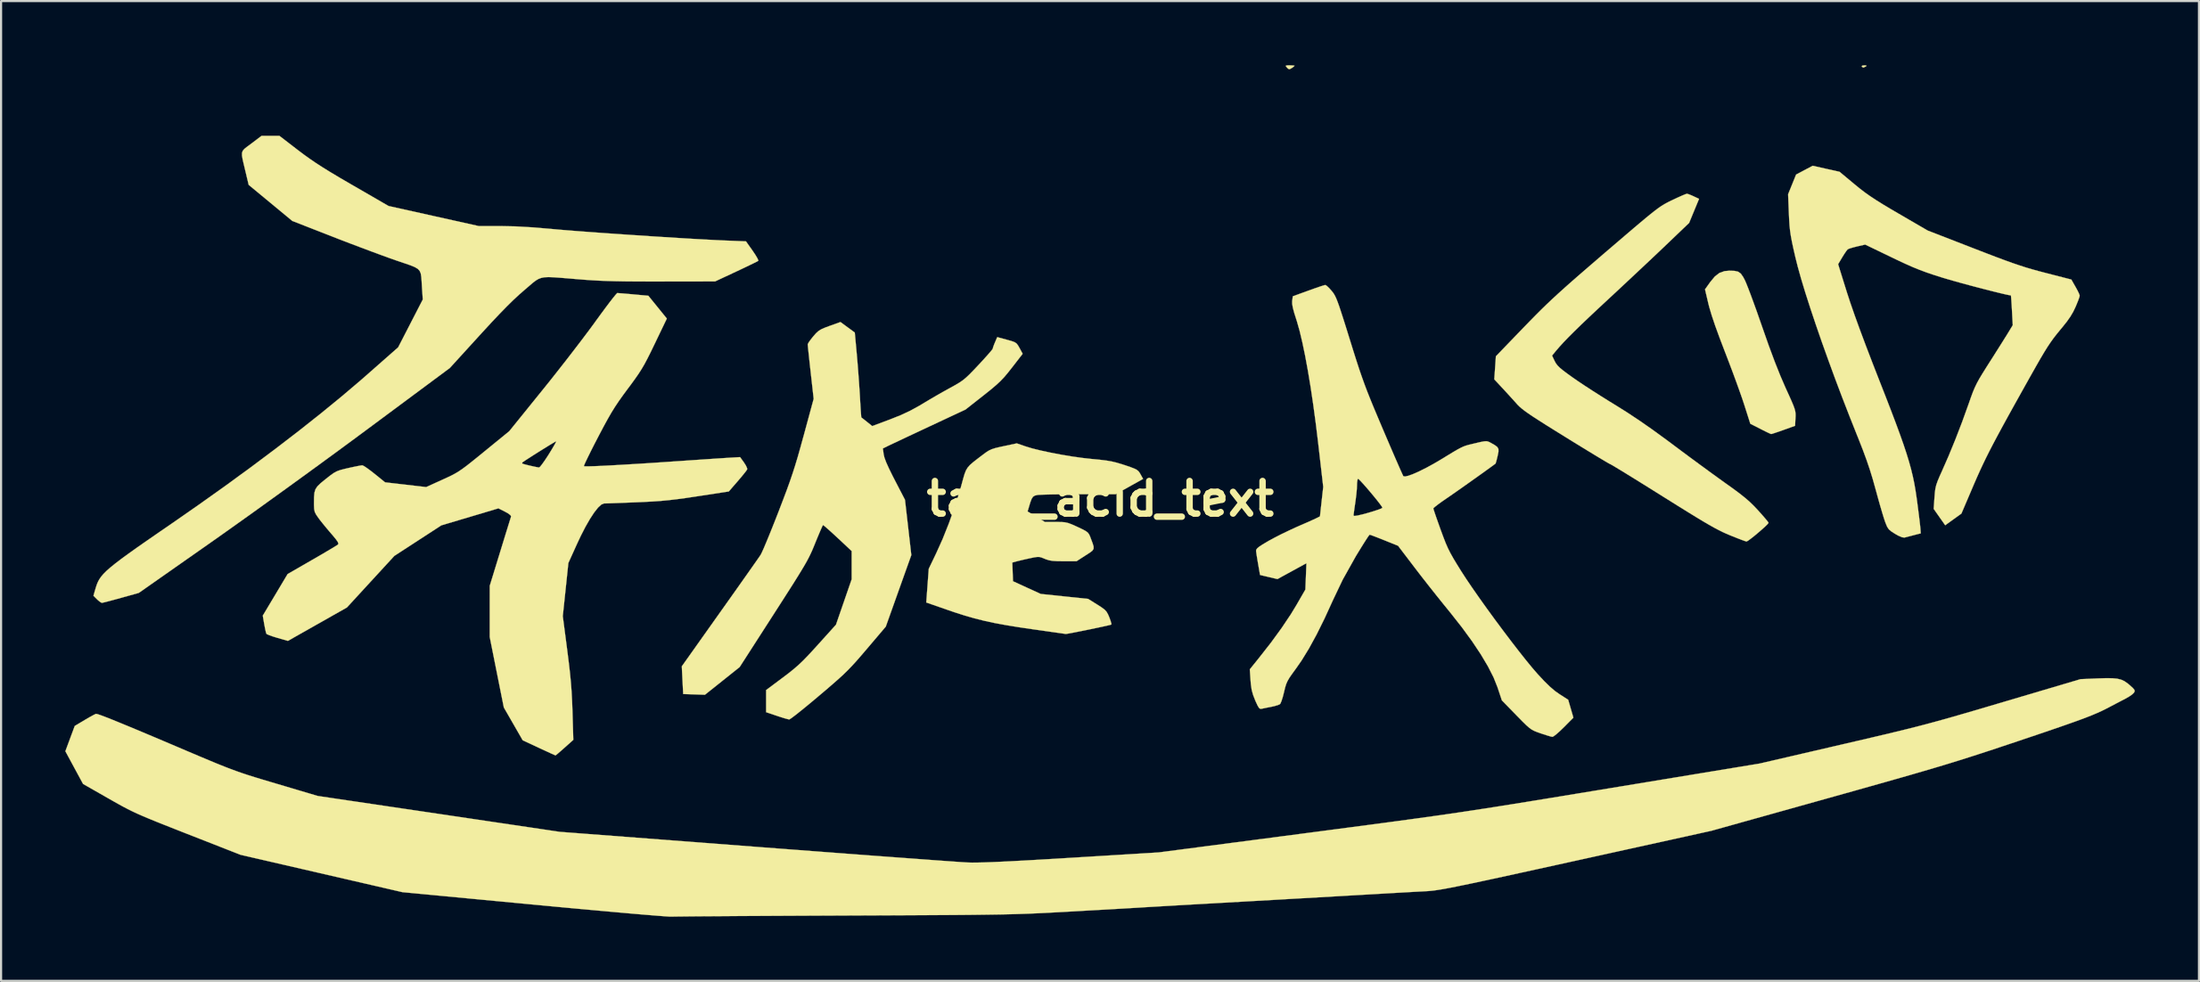
<source format=kicad_pcb>
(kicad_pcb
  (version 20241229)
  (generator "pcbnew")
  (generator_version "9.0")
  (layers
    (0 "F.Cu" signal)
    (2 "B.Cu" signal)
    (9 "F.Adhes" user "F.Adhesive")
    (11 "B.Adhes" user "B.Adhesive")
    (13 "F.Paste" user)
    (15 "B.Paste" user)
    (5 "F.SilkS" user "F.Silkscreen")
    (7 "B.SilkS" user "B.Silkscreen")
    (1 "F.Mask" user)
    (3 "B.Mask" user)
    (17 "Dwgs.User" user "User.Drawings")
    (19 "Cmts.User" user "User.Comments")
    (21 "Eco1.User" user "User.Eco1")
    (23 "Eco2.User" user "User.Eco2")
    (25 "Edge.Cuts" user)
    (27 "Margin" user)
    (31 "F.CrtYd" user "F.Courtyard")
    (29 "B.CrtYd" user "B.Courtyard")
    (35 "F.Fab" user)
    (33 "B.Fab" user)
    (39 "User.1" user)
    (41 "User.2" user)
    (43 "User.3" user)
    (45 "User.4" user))
  (footprint "take_acid_text"
    (layer "F.Cu")
    (at 48.373 20.271)
    (property "Reference" "take_acid_text" (at 0 0 0) (layer "F.SilkS") (effects (font (size 1.524 1.524) (thickness 0.3))))
    (attr through_hole)
    (fp_poly (pts (xy 35.802 -20.257) (xy 35.8 -20.23) (xy 35.776 -20.212) (xy 35.668 -20.162) (xy 35.6 -20.193) (xy 35.587 -20.212) (xy 35.607 -20.251) (xy 35.705 -20.265) (xy 35.802 -20.257)) (stroke (width 0.01) (type solid)) (fill yes) (layer "F.SilkS"))
    (fp_poly (pts (xy 8.993 -20.261) (xy 9.072 -20.25) (xy 9.079 -20.245) (xy 9.039 -20.204) (xy 8.95 -20.14) (xy 8.85 -20.086) (xy 8.782 -20.104) (xy 8.725 -20.161) (xy 8.672 -20.227) (xy 8.683 -20.257) (xy 8.778 -20.266) (xy 8.855 -20.266) (xy 8.993 -20.261)) (stroke (width 0.01) (type solid)) (fill yes) (layer "F.SilkS"))
    (fp_poly (pts (xy 29.644 -10.657) (xy 29.813 -10.617) (xy 29.937 -10.528) (xy 30.046 -10.371) (xy 30.123 -10.226) (xy 30.183 -10.089) (xy 30.273 -9.864) (xy 30.387 -9.566) (xy 30.518 -9.21) (xy 30.663 -8.81) (xy 30.814 -8.38) (xy 30.938 -8.025) (xy 31.242 -7.16) (xy 31.525 -6.399) (xy 31.789 -5.737) (xy 32.033 -5.174) (xy 32.039 -5.161) (xy 32.196 -4.817) (xy 32.313 -4.555) (xy 32.396 -4.357) (xy 32.45 -4.206) (xy 32.481 -4.086) (xy 32.494 -3.98) (xy 32.495 -3.871) (xy 32.49 -3.774) (xy 32.471 -3.414) (xy 31.931 -3.22) (xy 31.706 -3.141) (xy 31.519 -3.078) (xy 31.394 -3.038) (xy 31.354 -3.029) (xy 31.293 -3.053) (xy 31.159 -3.116) (xy 30.974 -3.207) (xy 30.849 -3.271) (xy 30.38 -3.51) (xy 30.1 -4.39) (xy 30.006 -4.673) (xy 29.88 -5.033) (xy 29.73 -5.45) (xy 29.565 -5.899) (xy 29.392 -6.358) (xy 29.221 -6.805) (xy 29.198 -6.863) (xy 28.943 -7.532) (xy 28.734 -8.106) (xy 28.573 -8.586) (xy 28.458 -8.974) (xy 28.42 -9.126) (xy 28.263 -9.793) (xy 28.51 -10.139) (xy 28.724 -10.397) (xy 28.939 -10.562) (xy 29.177 -10.646) (xy 29.399 -10.665) (xy 29.644 -10.657)) (stroke (width 0.01) (type solid)) (fill yes) (layer "F.SilkS"))
    (fp_poly (pts (xy -3.505 -2.455) (xy -3.186 -2.358) (xy -2.783 -2.258) (xy -2.323 -2.159) (xy -1.829 -2.065) (xy -1.325 -1.981) (xy -0.838 -1.912) (xy -0.391 -1.862) (xy -0.373 -1.861) (xy -0.004 -1.825) (xy 0.288 -1.789) (xy 0.532 -1.747) (xy 0.76 -1.692) (xy 1.003 -1.62) (xy 1.141 -1.575) (xy 1.403 -1.486) (xy 1.583 -1.417) (xy 1.702 -1.358) (xy 1.781 -1.295) (xy 1.84 -1.217) (xy 1.878 -1.151) (xy 2.001 -0.932) (xy 1.359 -0.574) (xy 0.717 -0.216) (xy -1.006 -0.216) (xy -1.437 -0.214) (xy -1.842 -0.211) (xy -2.205 -0.207) (xy -2.512 -0.2) (xy -2.748 -0.193) (xy -2.897 -0.185) (xy -2.934 -0.181) (xy -3.057 -0.152) (xy -3.143 -0.099) (xy -3.209 0.001) (xy -3.272 0.17) (xy -3.314 0.309) (xy -3.398 0.591) (xy -2.994 0.836) (xy -2.59 1.081) (xy -2.078 1.081) (xy -1.84 1.083) (xy -1.662 1.096) (xy -1.509 1.129) (xy -1.342 1.19) (xy -1.125 1.287) (xy -1.059 1.317) (xy -0.832 1.425) (xy -0.681 1.506) (xy -0.585 1.578) (xy -0.524 1.659) (xy -0.474 1.768) (xy -0.446 1.844) (xy -0.359 2.076) (xy -0.312 2.232) (xy -0.314 2.34) (xy -0.371 2.426) (xy -0.493 2.518) (xy -0.687 2.643) (xy -1.108 2.916) (xy -1.719 2.917) (xy -2.012 2.914) (xy -2.226 2.901) (xy -2.39 2.874) (xy -2.534 2.829) (xy -2.599 2.803) (xy -2.736 2.747) (xy -2.843 2.718) (xy -2.955 2.717) (xy -3.107 2.74) (xy -3.301 2.781) (xy -3.533 2.832) (xy -3.748 2.883) (xy -3.906 2.922) (xy -3.923 2.927) (xy -4.112 2.979) (xy -4.08 3.853) (xy -3.432 4.15) (xy -2.783 4.447) (xy -1.675 4.563) (xy -0.567 4.679) (xy -0.138 4.947) (xy 0.068 5.08) (xy 0.204 5.183) (xy 0.295 5.283) (xy 0.363 5.404) (xy 0.418 5.532) (xy 0.48 5.701) (xy 0.516 5.826) (xy 0.518 5.877) (xy 0.46 5.895) (xy 0.316 5.929) (xy 0.105 5.976) (xy -0.153 6.031) (xy -0.438 6.091) (xy -0.731 6.151) (xy -1.011 6.207) (xy -1.26 6.256) (xy -1.457 6.293) (xy -1.583 6.314) (xy -1.618 6.317) (xy -1.677 6.308) (xy -1.83 6.286) (xy -2.061 6.253) (xy -2.358 6.211) (xy -2.706 6.161) (xy -3.091 6.107) (xy -3.134 6.101) (xy -3.815 6.001) (xy -4.409 5.904) (xy -4.936 5.807) (xy -5.418 5.703) (xy -5.875 5.588) (xy -6.327 5.459) (xy -6.796 5.309) (xy -7.107 5.203) (xy -8.133 4.846) (xy -8.075 4.058) (xy -8.016 3.27) (xy -7.666 2.54) (xy -7.369 1.881) (xy -7.079 1.154) (xy -6.809 0.399) (xy -6.573 -0.345) (xy -6.487 -0.649) (xy -6.408 -0.941) (xy -6.344 -1.159) (xy -6.28 -1.324) (xy -6.201 -1.457) (xy -6.094 -1.579) (xy -5.943 -1.712) (xy -5.734 -1.875) (xy -5.53 -2.031) (xy -5.355 -2.162) (xy -5.212 -2.254) (xy -5.07 -2.32) (xy -4.898 -2.375) (xy -4.665 -2.43) (xy -4.522 -2.46) (xy -3.903 -2.592) (xy -3.505 -2.455)) (stroke (width 0.01) (type solid)) (fill yes) (layer "F.SilkS"))
    (fp_poly (pts (xy 27.501 -14.24) (xy 27.64 -14.184) (xy 27.733 -14.142) (xy 27.984 -14.024) (xy 27.752 -13.462) (xy 27.52 -12.9) (xy 26.447 -11.874) (xy 26.144 -11.585) (xy 25.78 -11.241) (xy 25.374 -10.859) (xy 24.944 -10.456) (xy 24.51 -10.049) (xy 24.09 -9.657) (xy 23.833 -9.419) (xy 23.31 -8.932) (xy 22.86 -8.51) (xy 22.477 -8.145) (xy 22.154 -7.83) (xy 21.883 -7.559) (xy 21.656 -7.324) (xy 21.468 -7.118) (xy 21.31 -6.934) (xy 21.305 -6.929) (xy 21.114 -6.697) (xy 21.234 -6.442) (xy 21.292 -6.336) (xy 21.369 -6.235) (xy 21.479 -6.125) (xy 21.638 -5.994) (xy 21.861 -5.827) (xy 22.067 -5.679) (xy 22.32 -5.504) (xy 22.643 -5.288) (xy 23.012 -5.048) (xy 23.403 -4.799) (xy 23.793 -4.555) (xy 24.008 -4.424) (xy 24.595 -4.057) (xy 25.186 -3.666) (xy 25.802 -3.237) (xy 26.465 -2.754) (xy 26.737 -2.551) (xy 27.148 -2.244) (xy 27.583 -1.921) (xy 28.022 -1.598) (xy 28.444 -1.289) (xy 28.829 -1.01) (xy 29.154 -0.776) (xy 29.244 -0.712) (xy 29.611 -0.449) (xy 29.906 -0.229) (xy 30.147 -0.036) (xy 30.353 0.144) (xy 30.543 0.329) (xy 30.735 0.532) (xy 30.744 0.542) (xy 30.924 0.743) (xy 31.074 0.916) (xy 31.181 1.046) (xy 31.23 1.116) (xy 31.232 1.122) (xy 31.19 1.18) (xy 31.083 1.286) (xy 30.93 1.425) (xy 30.754 1.578) (xy 30.573 1.729) (xy 30.407 1.86) (xy 30.279 1.954) (xy 30.206 1.994) (xy 30.202 1.995) (xy 30.127 1.973) (xy 29.974 1.918) (xy 29.761 1.836) (xy 29.509 1.736) (xy 29.426 1.702) (xy 29.254 1.629) (xy 29.08 1.55) (xy 28.896 1.458) (xy 28.69 1.349) (xy 28.454 1.216) (xy 28.179 1.055) (xy 27.853 0.859) (xy 27.469 0.623) (xy 27.016 0.342) (xy 26.484 0.009) (xy 26.304 -0.103) (xy 25.842 -0.393) (xy 25.406 -0.665) (xy 25.007 -0.913) (xy 24.652 -1.132) (xy 24.349 -1.318) (xy 24.109 -1.463) (xy 23.939 -1.565) (xy 23.849 -1.616) (xy 23.836 -1.621) (xy 23.781 -1.649) (xy 23.644 -1.728) (xy 23.435 -1.852) (xy 23.162 -2.016) (xy 22.836 -2.214) (xy 22.465 -2.441) (xy 22.061 -2.689) (xy 21.77 -2.869) (xy 21.266 -3.182) (xy 20.846 -3.444) (xy 20.501 -3.664) (xy 20.221 -3.845) (xy 19.999 -3.995) (xy 19.825 -4.12) (xy 19.689 -4.226) (xy 19.584 -4.318) (xy 19.5 -4.402) (xy 19.482 -4.422) (xy 19.324 -4.599) (xy 19.124 -4.819) (xy 18.915 -5.047) (xy 18.813 -5.157) (xy 18.414 -5.586) (xy 18.452 -6.126) (xy 18.489 -6.665) (xy 19.796 -8.021) (xy 20.088 -8.321) (xy 20.356 -8.594) (xy 20.611 -8.849) (xy 20.864 -9.095) (xy 21.125 -9.342) (xy 21.404 -9.599) (xy 21.711 -9.876) (xy 22.056 -10.182) (xy 22.451 -10.526) (xy 22.904 -10.918) (xy 23.426 -11.368) (xy 23.603 -11.52) (xy 24.119 -11.961) (xy 24.56 -12.339) (xy 24.934 -12.658) (xy 25.249 -12.924) (xy 25.512 -13.144) (xy 25.731 -13.323) (xy 25.914 -13.467) (xy 26.068 -13.583) (xy 26.201 -13.676) (xy 26.321 -13.751) (xy 26.434 -13.816) (xy 26.549 -13.877) (xy 26.673 -13.938) (xy 26.731 -13.965) (xy 26.972 -14.079) (xy 27.18 -14.172) (xy 27.335 -14.237) (xy 27.416 -14.264) (xy 27.42 -14.264) (xy 27.501 -14.24)) (stroke (width 0.01) (type solid)) (fill yes) (layer "F.SilkS"))
    (fp_poly (pts (xy -37.504 -16.307) (xy -37.224 -16.096) (xy -36.947 -15.897) (xy -36.656 -15.699) (xy -36.336 -15.492) (xy -35.97 -15.266) (xy -35.544 -15.011) (xy -35.04 -14.717) (xy -34.954 -14.668) (xy -33.263 -13.69) (xy -31.156 -13.221) (xy -29.048 -12.752) (xy -28.048 -12.752) (xy -27.323 -12.737) (xy -26.505 -12.69) (xy -25.67 -12.619) (xy -25.324 -12.587) (xy -24.884 -12.551) (xy -24.366 -12.51) (xy -23.783 -12.467) (xy -23.151 -12.421) (xy -22.483 -12.375) (xy -21.794 -12.328) (xy -21.099 -12.282) (xy -20.413 -12.238) (xy -19.75 -12.197) (xy -19.124 -12.159) (xy -18.549 -12.127) (xy -18.042 -12.1) (xy -17.615 -12.079) (xy -17.48 -12.074) (xy -16.559 -12.037) (xy -16.25 -11.601) (xy -16.124 -11.414) (xy -16.031 -11.258) (xy -15.984 -11.156) (xy -15.983 -11.128) (xy -16.042 -11.094) (xy -16.184 -11.023) (xy -16.394 -10.921) (xy -16.655 -10.796) (xy -16.952 -10.655) (xy -17.014 -10.627) (xy -18.004 -10.164) (xy -20.526 -10.16) (xy -21.182 -10.16) (xy -21.746 -10.162) (xy -22.235 -10.166) (xy -22.663 -10.174) (xy -23.047 -10.185) (xy -23.404 -10.199) (xy -23.748 -10.218) (xy -24.097 -10.242) (xy -24.4 -10.266) (xy -24.873 -10.306) (xy -25.253 -10.337) (xy -25.554 -10.358) (xy -25.791 -10.366) (xy -25.978 -10.357) (xy -26.13 -10.328) (xy -26.262 -10.277) (xy -26.388 -10.201) (xy -26.524 -10.097) (xy -26.682 -9.961) (xy -26.879 -9.792) (xy -26.907 -9.768) (xy -27.165 -9.543) (xy -27.439 -9.289) (xy -27.738 -8.994) (xy -28.074 -8.649) (xy -28.456 -8.245) (xy -28.894 -7.769) (xy -29.013 -7.639) (xy -30.399 -6.118) (xy -34.317 -3.209) (xy -34.997 -2.706) (xy -35.73 -2.167) (xy -36.499 -1.605) (xy -37.289 -1.03) (xy -38.085 -0.453) (xy -38.871 0.114) (xy -39.631 0.661) (xy -40.352 1.175) (xy -41.016 1.647) (xy -41.586 2.049) (xy -44.936 4.398) (xy -45.771 4.631) (xy -46.058 4.71) (xy -46.31 4.778) (xy -46.507 4.829) (xy -46.632 4.858) (xy -46.664 4.864) (xy -46.735 4.828) (xy -46.844 4.74) (xy -46.889 4.697) (xy -47.056 4.53) (xy -46.949 4.163) (xy -46.905 4.026) (xy -46.854 3.898) (xy -46.789 3.774) (xy -46.703 3.647) (xy -46.59 3.514) (xy -46.445 3.368) (xy -46.26 3.205) (xy -46.029 3.018) (xy -45.745 2.802) (xy -45.404 2.553) (xy -44.997 2.263) (xy -44.519 1.93) (xy -43.964 1.546) (xy -43.396 1.156) (xy -42.133 0.277) (xy -40.896 -0.603) (xy -39.696 -1.479) (xy -38.542 -2.343) (xy -37.443 -3.187) (xy -36.41 -4.006) (xy -35.45 -4.791) (xy -34.574 -5.535) (xy -34.337 -5.742) (xy -32.815 -7.082) (xy -32.239 -8.201) (xy -31.663 -9.32) (xy -31.701 -9.879) (xy -31.717 -10.16) (xy -31.733 -10.375) (xy -31.759 -10.536) (xy -31.81 -10.657) (xy -31.897 -10.751) (xy -32.033 -10.832) (xy -32.231 -10.914) (xy -32.502 -11.008) (xy -32.861 -11.13) (xy -32.886 -11.138) (xy -33.199 -11.248) (xy -33.592 -11.391) (xy -34.044 -11.558) (xy -34.533 -11.741) (xy -35.038 -11.932) (xy -35.539 -12.124) (xy -35.864 -12.251) (xy -37.762 -12.992) (xy -38.782 -13.836) (xy -39.801 -14.679) (xy -39.946 -15.289) (xy -40.026 -15.623) (xy -40.083 -15.869) (xy -40.113 -16.047) (xy -40.112 -16.175) (xy -40.077 -16.273) (xy -40.003 -16.359) (xy -39.886 -16.453) (xy -39.723 -16.573) (xy -39.677 -16.608) (xy -39.2 -16.969) (xy -38.363 -16.969) (xy -37.504 -16.307)) (stroke (width 0.01) (type solid)) (fill yes) (layer "F.SilkS"))
    (fp_poly (pts (xy -11.808 -8.019) (xy -11.474 -7.774) (xy -11.384 -6.792) (xy -11.348 -6.379) (xy -11.311 -5.907) (xy -11.276 -5.423) (xy -11.246 -4.975) (xy -11.236 -4.811) (xy -11.218 -4.495) (xy -11.201 -4.22) (xy -11.186 -4.003) (xy -11.175 -3.86) (xy -11.17 -3.807) (xy -11.126 -3.774) (xy -11.022 -3.692) (xy -10.909 -3.602) (xy -10.658 -3.401) (xy -9.828 -3.711) (xy -9.327 -3.911) (xy -8.886 -4.117) (xy -8.461 -4.35) (xy -8.323 -4.433) (xy -8.007 -4.622) (xy -7.651 -4.83) (xy -7.3 -5.03) (xy -7.007 -5.192) (xy -6.773 -5.321) (xy -6.587 -5.432) (xy -6.429 -5.54) (xy -6.279 -5.663) (xy -6.115 -5.817) (xy -5.918 -6.019) (xy -5.696 -6.254) (xy -5.482 -6.485) (xy -5.296 -6.691) (xy -5.15 -6.858) (xy -5.056 -6.972) (xy -5.026 -7.02) (xy -5.006 -7.096) (xy -4.956 -7.232) (xy -4.921 -7.315) (xy -4.816 -7.56) (xy -4.367 -7.438) (xy -4.149 -7.377) (xy -4.008 -7.326) (xy -3.917 -7.266) (xy -3.848 -7.18) (xy -3.774 -7.05) (xy -3.773 -7.049) (xy -3.628 -6.781) (xy -4.13 -6.133) (xy -4.323 -5.889) (xy -4.493 -5.688) (xy -4.662 -5.51) (xy -4.85 -5.334) (xy -5.077 -5.14) (xy -5.365 -4.909) (xy -5.465 -4.83) (xy -6.299 -4.174) (xy -7.973 -3.391) (xy -8.381 -3.2) (xy -8.768 -3.018) (xy -9.121 -2.852) (xy -9.426 -2.708) (xy -9.67 -2.593) (xy -9.839 -2.513) (xy -9.904 -2.482) (xy -10.161 -2.356) (xy -10.125 -2.083) (xy -10.088 -1.926) (xy -10.008 -1.71) (xy -9.88 -1.425) (xy -9.701 -1.061) (xy -9.609 -0.882) (xy -9.128 0.045) (xy -8.98 1.338) (xy -8.832 2.63) (xy -9.429 4.302) (xy -10.025 5.974) (xy -10.919 7.027) (xy -11.179 7.331) (xy -11.402 7.587) (xy -11.604 7.808) (xy -11.799 8.011) (xy -12.004 8.211) (xy -12.234 8.422) (xy -12.504 8.659) (xy -12.829 8.939) (xy -13.135 9.198) (xy -13.459 9.47) (xy -13.76 9.719) (xy -14.026 9.935) (xy -14.247 10.11) (xy -14.414 10.236) (xy -14.514 10.304) (xy -14.537 10.314) (xy -14.621 10.297) (xy -14.781 10.252) (xy -14.988 10.187) (xy -15.118 10.144) (xy -15.618 9.975) (xy -15.618 8.941) (xy -14.836 8.357) (xy -14.558 8.146) (xy -14.321 7.955) (xy -14.105 7.768) (xy -13.892 7.565) (xy -13.661 7.328) (xy -13.392 7.037) (xy -13.204 6.83) (xy -12.353 5.886) (xy -11.986 4.824) (xy -11.619 3.761) (xy -11.619 2.442) (xy -12.274 1.829) (xy -12.494 1.626) (xy -12.686 1.452) (xy -12.836 1.32) (xy -12.932 1.242) (xy -12.959 1.226) (xy -12.988 1.277) (xy -13.049 1.411) (xy -13.136 1.613) (xy -13.241 1.864) (xy -13.322 2.063) (xy -13.397 2.248) (xy -13.468 2.416) (xy -13.542 2.577) (xy -13.623 2.742) (xy -13.717 2.92) (xy -13.831 3.119) (xy -13.969 3.351) (xy -14.137 3.625) (xy -14.34 3.95) (xy -14.586 4.335) (xy -14.878 4.792) (xy -15.223 5.329) (xy -15.255 5.379) (xy -16.855 7.866) (xy -17.666 8.513) (xy -18.477 9.16) (xy -18.985 9.143) (xy -19.493 9.126) (xy -19.526 8.478) (xy -19.558 7.831) (xy -17.787 5.334) (xy -17.455 4.866) (xy -17.138 4.419) (xy -16.843 4.002) (xy -16.576 3.623) (xy -16.342 3.291) (xy -16.148 3.015) (xy -16.001 2.805) (xy -15.906 2.667) (xy -15.875 2.621) (xy -15.823 2.521) (xy -15.738 2.333) (xy -15.626 2.07) (xy -15.492 1.745) (xy -15.341 1.373) (xy -15.179 0.965) (xy -15.034 0.594) (xy -14.829 0.059) (xy -14.656 -0.4) (xy -14.509 -0.807) (xy -14.38 -1.185) (xy -14.26 -1.56) (xy -14.141 -1.954) (xy -14.017 -2.392) (xy -13.878 -2.897) (xy -13.864 -2.945) (xy -13.395 -4.675) (xy -13.534 -5.918) (xy -13.574 -6.275) (xy -13.609 -6.597) (xy -13.638 -6.869) (xy -13.66 -7.074) (xy -13.671 -7.197) (xy -13.673 -7.224) (xy -13.64 -7.294) (xy -13.554 -7.419) (xy -13.431 -7.575) (xy -13.414 -7.595) (xy -13.285 -7.742) (xy -13.169 -7.847) (xy -13.038 -7.928) (xy -12.86 -8.006) (xy -12.649 -8.084) (xy -12.143 -8.265) (xy -11.808 -8.019)) (stroke (width 0.01) (type solid)) (fill yes) (layer "F.SilkS"))
    (fp_poly (pts (xy 33.921 -15.43) (xy 34.549 -15.29) (xy 35.249 -14.707) (xy 35.492 -14.509) (xy 35.728 -14.328) (xy 35.975 -14.153) (xy 36.25 -13.971) (xy 36.571 -13.77) (xy 36.956 -13.54) (xy 37.308 -13.334) (xy 38.667 -12.543) (xy 40.824 -11.706) (xy 41.39 -11.487) (xy 41.871 -11.303) (xy 42.283 -11.15) (xy 42.641 -11.021) (xy 42.962 -10.912) (xy 43.26 -10.816) (xy 43.551 -10.73) (xy 43.85 -10.647) (xy 44.174 -10.562) (xy 44.182 -10.56) (xy 45.383 -10.251) (xy 45.578 -9.91) (xy 45.675 -9.733) (xy 45.745 -9.586) (xy 45.774 -9.5) (xy 45.774 -9.496) (xy 45.754 -9.416) (xy 45.699 -9.264) (xy 45.619 -9.067) (xy 45.578 -8.97) (xy 45.468 -8.741) (xy 45.337 -8.519) (xy 45.168 -8.279) (xy 44.943 -7.998) (xy 44.856 -7.894) (xy 44.698 -7.701) (xy 44.554 -7.515) (xy 44.415 -7.322) (xy 44.271 -7.107) (xy 44.115 -6.856) (xy 43.935 -6.553) (xy 43.724 -6.184) (xy 43.47 -5.734) (xy 43.467 -5.729) (xy 43.072 -5.023) (xy 42.725 -4.401) (xy 42.422 -3.854) (xy 42.158 -3.372) (xy 41.929 -2.947) (xy 41.727 -2.567) (xy 41.55 -2.225) (xy 41.392 -1.909) (xy 41.249 -1.612) (xy 41.114 -1.322) (xy 40.983 -1.032) (xy 40.852 -0.731) (xy 40.802 -0.614) (xy 40.245 0.69) (xy 39.866 0.963) (xy 39.488 1.235) (xy 39.219 0.853) (xy 38.95 0.47) (xy 38.988 -0.071) (xy 39.006 -0.302) (xy 39.031 -0.486) (xy 39.072 -0.654) (xy 39.136 -0.836) (xy 39.232 -1.064) (xy 39.323 -1.265) (xy 39.642 -1.991) (xy 39.967 -2.783) (xy 40.282 -3.601) (xy 40.572 -4.407) (xy 40.584 -4.44) (xy 40.69 -4.742) (xy 40.781 -4.988) (xy 40.87 -5.201) (xy 40.967 -5.402) (xy 41.083 -5.614) (xy 41.23 -5.859) (xy 41.418 -6.16) (xy 41.544 -6.358) (xy 41.75 -6.681) (xy 41.95 -6.998) (xy 42.134 -7.289) (xy 42.287 -7.534) (xy 42.399 -7.713) (xy 42.42 -7.748) (xy 42.646 -8.119) (xy 42.608 -8.815) (xy 42.593 -9.075) (xy 42.579 -9.291) (xy 42.567 -9.443) (xy 42.559 -9.51) (xy 42.558 -9.511) (xy 42.464 -9.525) (xy 42.283 -9.564) (xy 42.029 -9.624) (xy 41.72 -9.7) (xy 41.37 -9.789) (xy 40.996 -9.886) (xy 40.615 -9.987) (xy 40.241 -10.088) (xy 39.892 -10.186) (xy 39.583 -10.275) (xy 39.363 -10.34) (xy 38.959 -10.468) (xy 38.609 -10.587) (xy 38.286 -10.707) (xy 37.962 -10.839) (xy 37.611 -10.995) (xy 37.204 -11.186) (xy 36.991 -11.288) (xy 35.749 -11.887) (xy 35.371 -11.801) (xy 35.175 -11.751) (xy 35.017 -11.703) (xy 34.931 -11.665) (xy 34.93 -11.664) (xy 34.872 -11.594) (xy 34.78 -11.46) (xy 34.675 -11.291) (xy 34.483 -10.969) (xy 34.891 -9.659) (xy 35.051 -9.17) (xy 35.253 -8.587) (xy 35.497 -7.914) (xy 35.78 -7.157) (xy 36.101 -6.32) (xy 36.395 -5.566) (xy 36.695 -4.801) (xy 36.956 -4.126) (xy 37.182 -3.529) (xy 37.376 -3.002) (xy 37.541 -2.534) (xy 37.68 -2.115) (xy 37.796 -1.735) (xy 37.893 -1.383) (xy 37.974 -1.049) (xy 38.042 -0.724) (xy 38.099 -0.397) (xy 38.15 -0.057) (xy 38.173 0.108) (xy 38.217 0.45) (xy 38.258 0.77) (xy 38.291 1.046) (xy 38.316 1.259) (xy 38.328 1.386) (xy 38.329 1.388) (xy 38.345 1.614) (xy 38.02 1.698) (xy 37.828 1.748) (xy 37.666 1.79) (xy 37.587 1.811) (xy 37.471 1.797) (xy 37.29 1.719) (xy 37.144 1.636) (xy 36.968 1.523) (xy 36.855 1.427) (xy 36.777 1.311) (xy 36.705 1.141) (xy 36.673 1.054) (xy 36.617 0.885) (xy 36.541 0.635) (xy 36.45 0.325) (xy 36.352 -0.022) (xy 36.253 -0.384) (xy 36.233 -0.455) (xy 36.102 -0.925) (xy 35.965 -1.369) (xy 35.814 -1.815) (xy 35.637 -2.294) (xy 35.425 -2.835) (xy 35.371 -2.968) (xy 35.02 -3.852) (xy 34.674 -4.743) (xy 34.339 -5.63) (xy 34.019 -6.505) (xy 33.715 -7.354) (xy 33.434 -8.168) (xy 33.177 -8.937) (xy 32.949 -9.648) (xy 32.754 -10.292) (xy 32.596 -10.858) (xy 32.485 -11.301) (xy 32.393 -11.703) (xy 32.324 -12.026) (xy 32.274 -12.296) (xy 32.238 -12.539) (xy 32.213 -12.781) (xy 32.196 -13.047) (xy 32.182 -13.349) (xy 32.146 -14.24) (xy 32.333 -14.7) (xy 32.519 -15.159) (xy 32.906 -15.365) (xy 33.294 -15.571) (xy 33.921 -15.43)) (stroke (width 0.01) (type solid)) (fill yes) (layer "F.SilkS"))
    (fp_poly (pts (xy -22.497 -9.615) (xy -22.337 -9.603) (xy -22.113 -9.584) (xy -21.851 -9.561) (xy -21.815 -9.557) (xy -21.122 -9.494) (xy -20.69 -8.961) (xy -20.258 -8.428) (xy -20.822 -7.254) (xy -21.01 -6.865) (xy -21.168 -6.551) (xy -21.307 -6.289) (xy -21.444 -6.056) (xy -21.591 -5.828) (xy -21.761 -5.584) (xy -21.97 -5.298) (xy -22.082 -5.149) (xy -22.311 -4.839) (xy -22.505 -4.565) (xy -22.678 -4.306) (xy -22.843 -4.041) (xy -23.013 -3.746) (xy -23.201 -3.403) (xy -23.42 -2.988) (xy -23.472 -2.888) (xy -23.652 -2.541) (xy -23.812 -2.225) (xy -23.946 -1.953) (xy -24.049 -1.738) (xy -24.114 -1.592) (xy -24.135 -1.528) (xy -24.134 -1.526) (xy -24.07 -1.519) (xy -23.904 -1.519) (xy -23.644 -1.526) (xy -23.296 -1.541) (xy -22.867 -1.563) (xy -22.364 -1.591) (xy -21.792 -1.625) (xy -21.16 -1.664) (xy -20.473 -1.71) (xy -19.78 -1.757) (xy -19.313 -1.789) (xy -18.856 -1.82) (xy -18.427 -1.849) (xy -18.042 -1.875) (xy -17.719 -1.896) (xy -17.476 -1.912) (xy -17.375 -1.918) (xy -16.834 -1.95) (xy -16.654 -1.701) (xy -16.56 -1.552) (xy -16.507 -1.43) (xy -16.503 -1.376) (xy -16.549 -1.307) (xy -16.651 -1.176) (xy -16.793 -1.003) (xy -16.947 -0.822) (xy -17.362 -0.344) (xy -18.828 -0.12) (xy -19.339 -0.043) (xy -19.775 0.016) (xy -20.166 0.062) (xy -20.543 0.098) (xy -20.936 0.125) (xy -21.377 0.148) (xy -21.671 0.161) (xy -22.054 0.176) (xy -22.407 0.19) (xy -22.714 0.201) (xy -22.96 0.21) (xy -23.127 0.215) (xy -23.193 0.216) (xy -23.317 0.266) (xy -23.471 0.408) (xy -23.651 0.635) (xy -23.85 0.938) (xy -24.062 1.308) (xy -24.282 1.737) (xy -24.444 2.081) (xy -24.86 2.999) (xy -24.99 4.242) (xy -25.121 5.485) (xy -24.913 7.08) (xy -24.841 7.653) (xy -24.784 8.149) (xy -24.741 8.597) (xy -24.709 9.023) (xy -24.686 9.459) (xy -24.668 9.932) (xy -24.667 9.971) (xy -24.629 11.269) (xy -25.036 11.633) (xy -25.208 11.785) (xy -25.348 11.906) (xy -25.438 11.98) (xy -25.462 11.995) (xy -25.515 11.973) (xy -25.649 11.913) (xy -25.846 11.822) (xy -26.089 11.71) (xy -26.238 11.641) (xy -26.994 11.288) (xy -27.435 10.521) (xy -27.876 9.755) (xy -28.206 8.106) (xy -28.535 6.458) (xy -28.535 5.262) (xy -28.534 4.066) (xy -28.047 2.479) (xy -27.925 2.082) (xy -27.813 1.717) (xy -27.714 1.397) (xy -27.633 1.135) (xy -27.574 0.945) (xy -27.541 0.84) (xy -27.536 0.824) (xy -27.567 0.764) (xy -27.682 0.677) (xy -27.82 0.601) (xy -28.129 0.445) (xy -29.463 0.843) (xy -30.797 1.24) (xy -31.895 1.954) (xy -32.993 2.668) (xy -34.101 3.873) (xy -35.209 5.079) (xy -36.588 5.86) (xy -37.968 6.641) (xy -38.453 6.502) (xy -38.668 6.436) (xy -38.842 6.374) (xy -38.95 6.326) (xy -38.972 6.31) (xy -38.997 6.234) (xy -39.031 6.082) (xy -39.069 5.885) (xy -39.074 5.859) (xy -39.142 5.461) (xy -38.561 4.489) (xy -37.981 3.517) (xy -36.838 2.858) (xy -36.517 2.673) (xy -36.225 2.502) (xy -35.976 2.354) (xy -35.784 2.238) (xy -35.662 2.162) (xy -35.626 2.137) (xy -35.608 2.092) (xy -35.636 2.017) (xy -35.718 1.898) (xy -35.863 1.721) (xy -35.952 1.618) (xy -36.139 1.398) (xy -36.323 1.174) (xy -36.478 0.979) (xy -36.548 0.884) (xy -36.652 0.733) (xy -36.713 0.61) (xy -36.741 0.476) (xy -36.749 0.289) (xy -36.749 0.202) (xy -36.746 -0.083) (xy -36.727 -0.291) (xy -36.679 -0.449) (xy -36.587 -0.586) (xy -36.438 -0.731) (xy -36.219 -0.91) (xy -36.201 -0.925) (xy -35.987 -1.093) (xy -35.825 -1.208) (xy -35.681 -1.287) (xy -35.522 -1.345) (xy -35.315 -1.399) (xy -35.147 -1.438) (xy -34.905 -1.491) (xy -34.697 -1.533) (xy -34.548 -1.56) (xy -34.491 -1.567) (xy -34.418 -1.535) (xy -34.283 -1.446) (xy -34.105 -1.316) (xy -33.917 -1.169) (xy -33.425 -0.771) (xy -32.465 -0.66) (xy -31.504 -0.549) (xy -30.735 -0.899) (xy -30.506 -1.004) (xy -30.314 -1.096) (xy -30.145 -1.186) (xy -29.983 -1.284) (xy -29.813 -1.399) (xy -29.618 -1.543) (xy -29.425 -1.695) (xy -27.017 -1.695) (xy -27.013 -1.649) (xy -26.952 -1.626) (xy -26.818 -1.59) (xy -26.645 -1.548) (xy -26.465 -1.508) (xy -26.312 -1.477) (xy -26.228 -1.465) (xy -26.177 -1.506) (xy -26.084 -1.623) (xy -25.959 -1.799) (xy -25.816 -2.016) (xy -25.785 -2.065) (xy -25.646 -2.291) (xy -25.534 -2.481) (xy -25.457 -2.619) (xy -25.426 -2.688) (xy -25.426 -2.692) (xy -25.473 -2.669) (xy -25.593 -2.599) (xy -25.768 -2.494) (xy -25.98 -2.363) (xy -26.211 -2.219) (xy -26.443 -2.073) (xy -26.658 -1.935) (xy -26.838 -1.819) (xy -26.965 -1.733) (xy -27.017 -1.695) (xy -29.425 -1.695) (xy -29.385 -1.727) (xy -29.096 -1.959) (xy -28.795 -2.205) (xy -27.623 -3.161) (xy -26.089 -5.059) (xy -25.723 -5.514) (xy -25.34 -5.999) (xy -24.952 -6.494) (xy -24.575 -6.983) (xy -24.221 -7.446) (xy -23.905 -7.866) (xy -23.641 -8.224) (xy -23.596 -8.288) (xy -23.354 -8.62) (xy -23.131 -8.922) (xy -22.934 -9.184) (xy -22.772 -9.393) (xy -22.652 -9.54) (xy -22.584 -9.613) (xy -22.573 -9.62) (xy -22.497 -9.615)) (stroke (width 0.01) (type solid)) (fill yes) (layer "F.SilkS"))
    (fp_poly (pts (xy 47.3 8.388) (xy 47.531 8.41) (xy 47.715 8.456) (xy 47.872 8.53) (xy 48.024 8.637) (xy 48.119 8.717) (xy 48.26 8.846) (xy 48.33 8.93) (xy 48.343 8.995) (xy 48.313 9.061) (xy 48.23 9.142) (xy 48.082 9.245) (xy 47.914 9.341) (xy 47.709 9.448) (xy 47.455 9.58) (xy 47.198 9.716) (xy 47.127 9.753) (xy 46.961 9.839) (xy 46.789 9.923) (xy 46.602 10.007) (xy 46.392 10.097) (xy 46.15 10.193) (xy 45.868 10.3) (xy 45.538 10.421) (xy 45.15 10.558) (xy 44.697 10.715) (xy 44.169 10.896) (xy 43.56 11.102) (xy 42.859 11.338) (xy 42.559 11.438) (xy 42.056 11.606) (xy 41.59 11.761) (xy 41.149 11.905) (xy 40.725 12.042) (xy 40.306 12.175) (xy 39.884 12.307) (xy 39.449 12.44) (xy 38.99 12.577) (xy 38.498 12.722) (xy 37.963 12.878) (xy 37.376 13.046) (xy 36.726 13.231) (xy 36.003 13.435) (xy 35.199 13.662) (xy 34.302 13.913) (xy 34.074 13.977) (xy 28.561 15.519) (xy 22.239 16.914) (xy 21.279 17.125) (xy 20.419 17.314) (xy 19.652 17.482) (xy 18.973 17.631) (xy 18.374 17.761) (xy 17.849 17.874) (xy 17.394 17.971) (xy 17 18.053) (xy 16.663 18.122) (xy 16.376 18.179) (xy 16.133 18.225) (xy 15.927 18.261) (xy 15.753 18.289) (xy 15.605 18.31) (xy 15.475 18.325) (xy 15.359 18.336) (xy 15.249 18.343) (xy 15.24 18.343) (xy 14.987 18.357) (xy 14.652 18.375) (xy 14.261 18.397) (xy 13.839 18.421) (xy 13.413 18.445) (xy 13.213 18.457) (xy 12.589 18.493) (xy 11.879 18.534) (xy 11.08 18.58) (xy 10.189 18.631) (xy 9.204 18.687) (xy 8.12 18.749) (xy 6.936 18.816) (xy 5.648 18.889) (xy 5.215 18.914) (xy 4.657 18.945) (xy 4.118 18.976) (xy 3.61 19.005) (xy 3.146 19.032) (xy 2.737 19.056) (xy 2.397 19.076) (xy 2.137 19.091) (xy 1.97 19.101) (xy 1.946 19.103) (xy 1.802 19.112) (xy 1.562 19.126) (xy 1.239 19.145) (xy 0.845 19.168) (xy 0.393 19.194) (xy -0.106 19.222) (xy -0.639 19.252) (xy -1.194 19.284) (xy -1.324 19.291) (xy -1.712 19.313) (xy -2.068 19.332) (xy -2.4 19.35) (xy -2.715 19.366) (xy -3.021 19.38) (xy -3.323 19.393) (xy -3.63 19.404) (xy -3.948 19.414) (xy -4.284 19.423) (xy -4.646 19.431) (xy -5.041 19.437) (xy -5.475 19.443) (xy -5.956 19.449) (xy -6.491 19.454) (xy -7.087 19.458) (xy -7.751 19.462) (xy -8.489 19.466) (xy -9.311 19.47) (xy -10.221 19.474) (xy -11.228 19.478) (xy -11.943 19.481) (xy -12.859 19.485) (xy -13.748 19.489) (xy -14.604 19.493) (xy -15.421 19.497) (xy -16.193 19.501) (xy -16.913 19.505) (xy -17.575 19.51) (xy -18.173 19.514) (xy -18.7 19.517) (xy -19.15 19.521) (xy -19.516 19.525) (xy -19.793 19.528) (xy -19.974 19.531) (xy -20.05 19.533) (xy -20.142 19.531) (xy -20.335 19.518) (xy -20.621 19.497) (xy -20.993 19.467) (xy -21.444 19.43) (xy -21.966 19.385) (xy -22.553 19.333) (xy -23.197 19.275) (xy -23.891 19.212) (xy -24.629 19.145) (xy -25.401 19.073) (xy -26.203 18.997) (xy -26.481 18.971) (xy -32.615 18.389) (xy -40.181 16.642) (xy -42.667 15.668) (xy -43.236 15.444) (xy -43.717 15.254) (xy -44.123 15.092) (xy -44.465 14.952) (xy -44.757 14.829) (xy -45.01 14.718) (xy -45.238 14.611) (xy -45.453 14.504) (xy -45.667 14.392) (xy -45.893 14.268) (xy -46.143 14.127) (xy -46.347 14.011) (xy -47.541 13.329) (xy -47.955 12.564) (xy -48.368 11.8) (xy -47.93 10.619) (xy -47.456 10.336) (xy -47.253 10.217) (xy -47.083 10.123) (xy -46.968 10.065) (xy -46.932 10.052) (xy -46.859 10.068) (xy -46.714 10.117) (xy -46.493 10.2) (xy -46.194 10.318) (xy -45.813 10.473) (xy -45.347 10.665) (xy -44.792 10.897) (xy -44.146 11.169) (xy -43.406 11.483) (xy -43.16 11.588) (xy -42.57 11.839) (xy -42.067 12.052) (xy -41.635 12.233) (xy -41.264 12.387) (xy -40.937 12.518) (xy -40.643 12.632) (xy -40.368 12.733) (xy -40.099 12.827) (xy -39.821 12.919) (xy -39.522 13.013) (xy -39.187 13.115) (xy -38.805 13.229) (xy -38.512 13.316) (xy -36.573 13.892) (xy -30.919 14.73) (xy -25.265 15.569) (xy -16.078 16.271) (xy -15.079 16.347) (xy -14.102 16.421) (xy -13.154 16.493) (xy -12.24 16.562) (xy -11.366 16.628) (xy -10.538 16.69) (xy -9.764 16.747) (xy -9.048 16.8) (xy -8.396 16.848) (xy -7.816 16.891) (xy -7.313 16.927) (xy -6.892 16.957) (xy -6.561 16.98) (xy -6.326 16.995) (xy -6.191 17.003) (xy -6.188 17.003) (xy -6.005 17.008) (xy -5.768 17.007) (xy -5.471 17) (xy -5.107 16.987) (xy -4.671 16.968) (xy -4.157 16.943) (xy -3.557 16.911) (xy -2.867 16.872) (xy -2.08 16.826) (xy -1.378 16.783) (xy 2.729 16.532) (xy 9.739 15.614) (xy 10.754 15.481) (xy 11.673 15.36) (xy 12.508 15.25) (xy 13.269 15.149) (xy 13.968 15.055) (xy 14.615 14.967) (xy 15.222 14.883) (xy 15.799 14.802) (xy 16.358 14.722) (xy 16.908 14.641) (xy 17.462 14.557) (xy 18.031 14.47) (xy 18.624 14.377) (xy 19.254 14.277) (xy 19.931 14.168) (xy 20.666 14.048) (xy 21.469 13.917) (xy 22.353 13.771) (xy 23.328 13.611) (xy 23.782 13.536) (xy 30.814 12.377) (xy 34.687 11.479) (xy 35.438 11.304) (xy 36.099 11.15) (xy 36.684 11.012) (xy 37.207 10.886) (xy 37.684 10.77) (xy 38.129 10.658) (xy 38.556 10.547) (xy 38.981 10.433) (xy 39.418 10.312) (xy 39.882 10.181) (xy 40.387 10.035) (xy 40.949 9.871) (xy 41.581 9.684) (xy 42.186 9.505) (xy 45.813 8.431) (xy 46.617 8.397) (xy 47.002 8.385) (xy 47.3 8.388)) (stroke (width 0.01) (type solid)) (fill yes) (layer "F.SilkS"))
    (fp_poly (pts (xy 10.583 -9.959) (xy 10.691 -9.858) (xy 10.809 -9.726) (xy 10.868 -9.653) (xy 10.922 -9.575) (xy 10.974 -9.483) (xy 11.029 -9.365) (xy 11.09 -9.211) (xy 11.163 -9.01) (xy 11.249 -8.75) (xy 11.355 -8.422) (xy 11.484 -8.014) (xy 11.639 -7.515) (xy 11.67 -7.416) (xy 11.832 -6.895) (xy 11.974 -6.448) (xy 12.102 -6.056) (xy 12.224 -5.701) (xy 12.346 -5.361) (xy 12.475 -5.019) (xy 12.62 -4.655) (xy 12.786 -4.25) (xy 12.982 -3.784) (xy 13.211 -3.243) (xy 13.405 -2.79) (xy 13.586 -2.368) (xy 13.75 -1.987) (xy 13.894 -1.658) (xy 14.011 -1.39) (xy 14.099 -1.195) (xy 14.151 -1.083) (xy 14.164 -1.059) (xy 14.247 -1.044) (xy 14.408 -1.081) (xy 14.635 -1.165) (xy 14.915 -1.29) (xy 15.237 -1.451) (xy 15.586 -1.642) (xy 15.916 -1.836) (xy 16.244 -2.036) (xy 16.496 -2.189) (xy 16.69 -2.302) (xy 16.843 -2.384) (xy 16.97 -2.443) (xy 17.091 -2.488) (xy 17.221 -2.525) (xy 17.378 -2.563) (xy 17.525 -2.598) (xy 17.768 -2.655) (xy 17.931 -2.686) (xy 18.041 -2.694) (xy 18.123 -2.679) (xy 18.203 -2.643) (xy 18.228 -2.63) (xy 18.431 -2.516) (xy 18.553 -2.424) (xy 18.608 -2.33) (xy 18.61 -2.207) (xy 18.574 -2.028) (xy 18.569 -2.006) (xy 18.526 -1.829) (xy 18.491 -1.7) (xy 18.473 -1.649) (xy 18.405 -1.597) (xy 18.264 -1.494) (xy 18.064 -1.349) (xy 17.82 -1.174) (xy 17.547 -0.979) (xy 17.26 -0.775) (xy 16.973 -0.572) (xy 16.702 -0.381) (xy 16.46 -0.212) (xy 16.264 -0.076) (xy 16.196 -0.03) (xy 15.969 0.127) (xy 15.778 0.266) (xy 15.64 0.374) (xy 15.57 0.439) (xy 15.564 0.449) (xy 15.582 0.513) (xy 15.631 0.662) (xy 15.705 0.879) (xy 15.8 1.147) (xy 15.908 1.45) (xy 15.909 1.452) (xy 16.034 1.791) (xy 16.142 2.068) (xy 16.247 2.308) (xy 16.362 2.537) (xy 16.499 2.782) (xy 16.672 3.069) (xy 16.86 3.372) (xy 17.097 3.738) (xy 17.384 4.162) (xy 17.711 4.631) (xy 18.066 5.128) (xy 18.439 5.64) (xy 18.819 6.151) (xy 19.194 6.647) (xy 19.553 7.112) (xy 19.886 7.533) (xy 20.182 7.894) (xy 20.43 8.181) (xy 20.442 8.194) (xy 20.749 8.524) (xy 21.012 8.781) (xy 21.247 8.982) (xy 21.459 9.132) (xy 21.868 9.395) (xy 22.111 10.231) (xy 21.663 10.682) (xy 21.48 10.859) (xy 21.318 11.002) (xy 21.195 11.097) (xy 21.132 11.128) (xy 21.046 11.11) (xy 20.887 11.063) (xy 20.682 10.997) (xy 20.582 10.964) (xy 20.413 10.904) (xy 20.279 10.85) (xy 20.163 10.788) (xy 20.047 10.704) (xy 19.913 10.587) (xy 19.744 10.422) (xy 19.523 10.196) (xy 19.441 10.113) (xy 18.768 9.422) (xy 18.563 8.805) (xy 18.381 8.349) (xy 18.119 7.834) (xy 17.782 7.267) (xy 17.375 6.656) (xy 16.902 6.009) (xy 16.37 5.333) (xy 16.322 5.274) (xy 16.023 4.906) (xy 15.687 4.487) (xy 15.341 4.05) (xy 15.01 3.627) (xy 14.721 3.251) (xy 14.7 3.223) (xy 13.916 2.194) (xy 13.271 1.935) (xy 13.025 1.837) (xy 12.817 1.756) (xy 12.666 1.7) (xy 12.591 1.676) (xy 12.588 1.675) (xy 12.551 1.72) (xy 12.466 1.843) (xy 12.344 2.033) (xy 12.192 2.276) (xy 12.019 2.558) (xy 11.942 2.684) (xy 11.328 3.782) (xy 10.879 4.724) (xy 10.485 5.585) (xy 10.109 6.344) (xy 9.749 7.003) (xy 9.403 7.566) (xy 9.149 7.93) (xy 8.968 8.179) (xy 8.838 8.367) (xy 8.749 8.521) (xy 8.686 8.666) (xy 8.637 8.827) (xy 8.588 9.031) (xy 8.586 9.039) (xy 8.529 9.263) (xy 8.47 9.45) (xy 8.418 9.571) (xy 8.397 9.599) (xy 8.306 9.641) (xy 8.145 9.689) (xy 7.984 9.725) (xy 7.787 9.763) (xy 7.62 9.798) (xy 7.534 9.816) (xy 7.473 9.816) (xy 7.417 9.773) (xy 7.353 9.668) (xy 7.268 9.485) (xy 7.24 9.421) (xy 7.14 9.164) (xy 7.076 8.931) (xy 7.038 8.67) (xy 7.023 8.485) (xy 6.988 7.971) (xy 7.402 7.458) (xy 7.973 6.729) (xy 8.476 6.039) (xy 8.906 5.397) (xy 9.18 4.945) (xy 9.585 4.242) (xy 9.61 3.626) (xy 9.634 3.01) (xy 9.181 3.258) (xy 8.952 3.383) (xy 8.731 3.504) (xy 8.554 3.601) (xy 8.504 3.628) (xy 8.281 3.752) (xy 7.874 3.656) (xy 7.467 3.56) (xy 7.38 3.063) (xy 7.34 2.829) (xy 7.307 2.623) (xy 7.286 2.478) (xy 7.281 2.441) (xy 7.288 2.381) (xy 7.331 2.318) (xy 7.423 2.241) (xy 7.58 2.137) (xy 7.816 1.997) (xy 7.863 1.969) (xy 8.123 1.827) (xy 8.449 1.66) (xy 8.81 1.486) (xy 9.171 1.319) (xy 9.363 1.235) (xy 9.651 1.11) (xy 9.901 0.998) (xy 10.098 0.907) (xy 10.226 0.843) (xy 10.269 0.815) (xy 10.272 0.785) (xy 11.835 0.785) (xy 11.884 0.801) (xy 12.031 0.78) (xy 12.277 0.722) (xy 12.511 0.658) (xy 12.763 0.583) (xy 12.972 0.514) (xy 13.119 0.459) (xy 13.185 0.423) (xy 13.186 0.419) (xy 13.154 0.357) (xy 13.065 0.234) (xy 12.935 0.067) (xy 12.778 -0.127) (xy 12.606 -0.333) (xy 12.436 -0.532) (xy 12.28 -0.708) (xy 12.153 -0.845) (xy 12.069 -0.926) (xy 12.042 -0.94) (xy 12.017 -0.875) (xy 12 -0.737) (xy 11.997 -0.632) (xy 11.989 -0.452) (xy 11.966 -0.206) (xy 11.933 0.063) (xy 11.916 0.184) (xy 11.882 0.418) (xy 11.855 0.614) (xy 11.838 0.746) (xy 11.835 0.785) (xy 10.272 0.785) (xy 10.275 0.752) (xy 10.291 0.604) (xy 10.314 0.391) (xy 10.343 0.136) (xy 10.345 0.112) (xy 10.42 -0.559) (xy 10.183 -2.614) (xy 10.072 -3.524) (xy 9.954 -4.397) (xy 9.831 -5.222) (xy 9.703 -5.99) (xy 9.574 -6.691) (xy 9.444 -7.315) (xy 9.316 -7.853) (xy 9.191 -8.294) (xy 9.168 -8.366) (xy 9.065 -8.691) (xy 9 -8.935) (xy 8.969 -9.114) (xy 8.968 -9.248) (xy 8.97 -9.26) (xy 8.998 -9.469) (xy 9.726 -9.733) (xy 9.991 -9.828) (xy 10.222 -9.908) (xy 10.4 -9.966) (xy 10.503 -9.995) (xy 10.518 -9.998) (xy 10.583 -9.959)) (stroke (width 0.01) (type solid)) (fill yes) (layer "F.SilkS")))
  (gr_rect
    (start -3 -3)
    (end 99.721 42.809)
    (stroke (width 0.1) (type default))
    (fill no)
    (layer "Edge.Cuts")))
</source>
